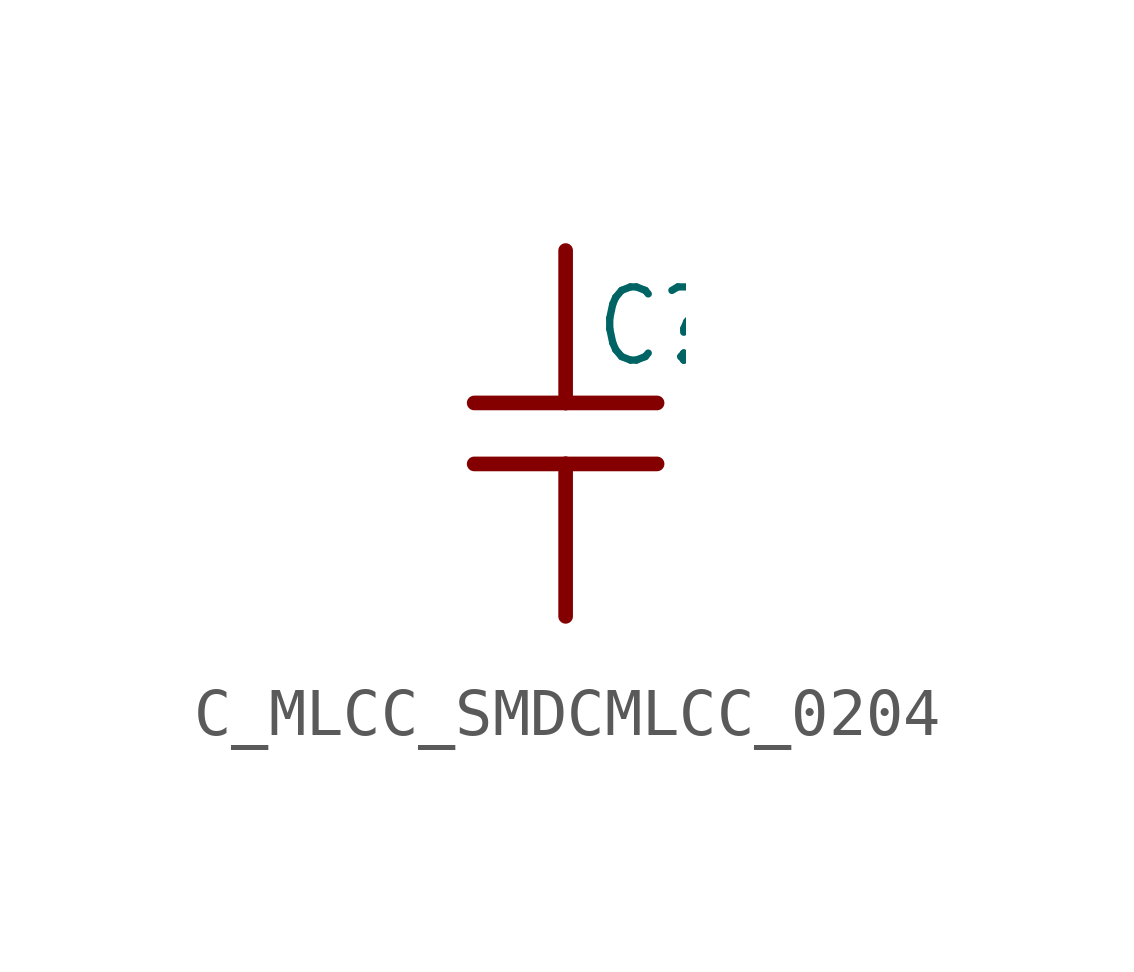
<source format=kicad_sym>
(kicad_symbol_lib
  (version 20231120)
  (generator "kicad_symbol_editor")
  (generator_version "8.0")
  (symbol "C_MLCC_SMDCMLCC_0204"
    (property "Reference" "C"
      (at 0.572 0.064 0)
      (effects (font (size 1.524 1.295)) (justify left bottom)))
    (property "Value" ""
      (at 0.572 -4.381 0)
      (effects (font (size 1.524 1.295)) (justify left bottom)))
    (property "ki_locked" ""
      (at 0 0 0)
      (effects (font (size 1.27 1.27))))
    (symbol "C_MLCC_SMDCMLCC_0204_1_0"
      (polyline (pts (xy -1.905 -1.905) (xy 0 -1.905)) (stroke (width 0.305) (type solid)) (fill (type none)))
      (polyline (pts (xy 0 -1.905) (xy 0 -5.08)) (stroke (width 0.305) (type solid)) (fill (type none)))
      (polyline (pts (xy 0 -1.905) (xy 1.905 -1.905)) (stroke (width 0.305) (type solid)) (fill (type none)))
      (polyline (pts (xy 0 -0.635) (xy -1.905 -0.635)) (stroke (width 0.305) (type solid)) (fill (type none)))
      (polyline (pts (xy 0 -0.635) (xy 0 2.54)) (stroke (width 0.305) (type solid)) (fill (type none)))
      (polyline (pts (xy 1.905 -0.635) (xy 0 -0.635)) (stroke (width 0.305) (type solid)) (fill (type none)))
      (pin passive line (at 0 2.54 270) (length 0) (name "1" (effects (font (size 0 0)))) (number "P$1" (effects (font (size 0 0)))))
      (pin passive line (at 0 -5.08 90) (length 0) (name "2" (effects (font (size 0 0)))) (number "P$2" (effects (font (size 0 0))))))))
</source>
